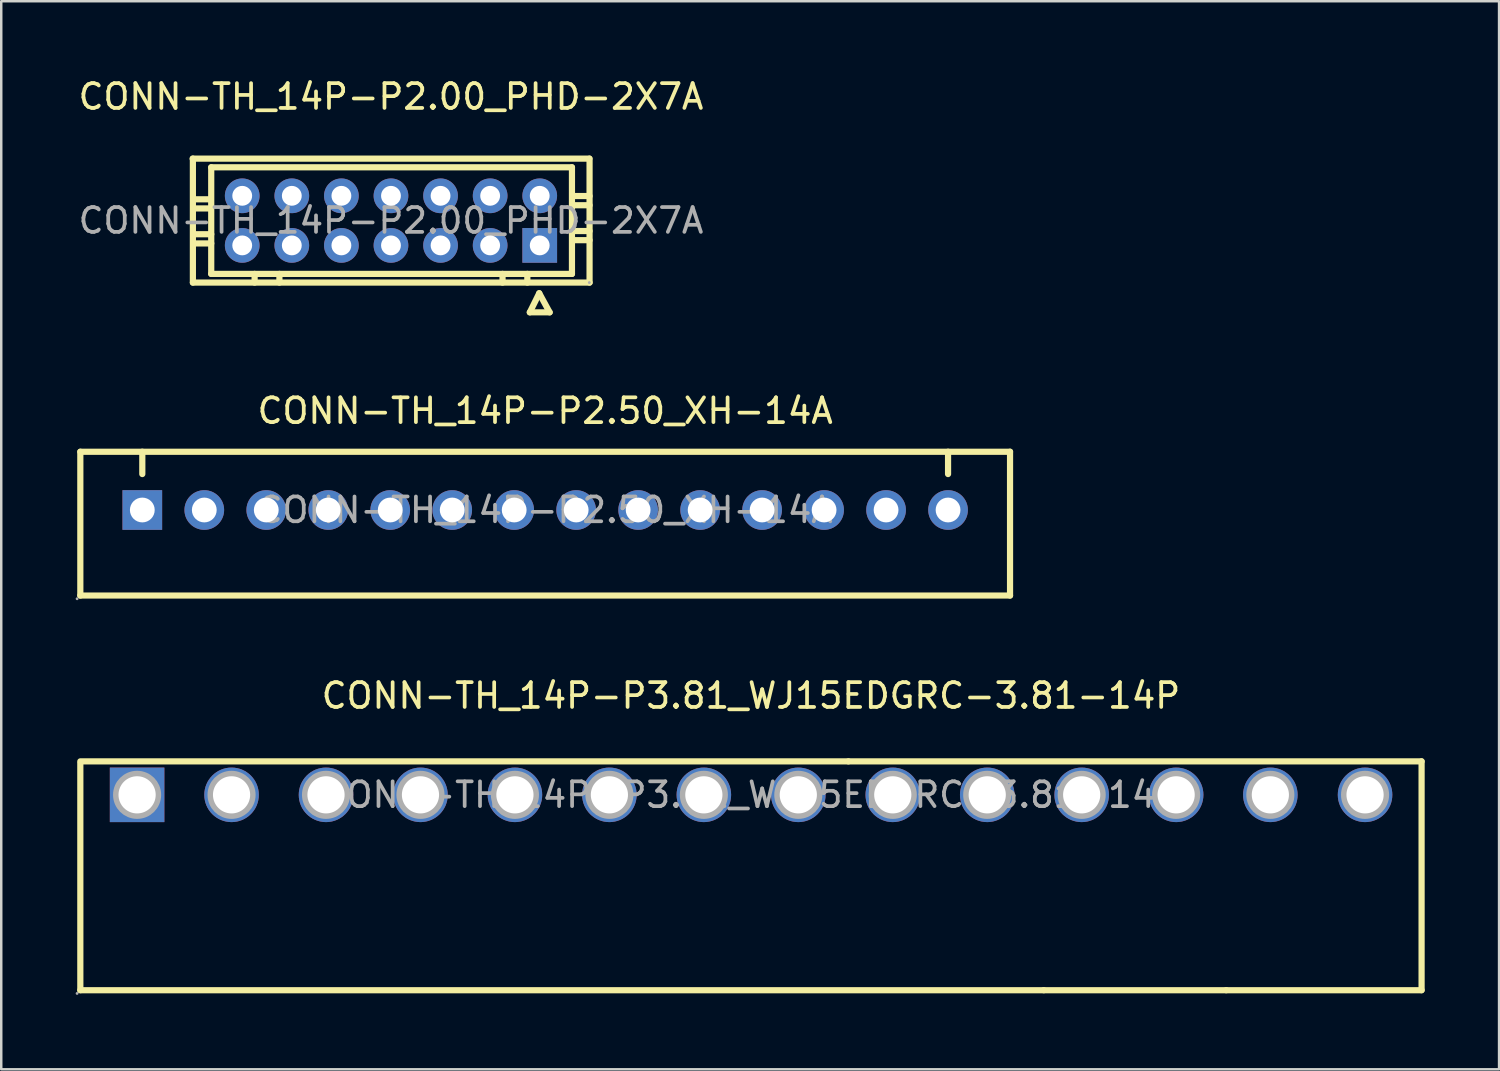
<source format=kicad_pcb>
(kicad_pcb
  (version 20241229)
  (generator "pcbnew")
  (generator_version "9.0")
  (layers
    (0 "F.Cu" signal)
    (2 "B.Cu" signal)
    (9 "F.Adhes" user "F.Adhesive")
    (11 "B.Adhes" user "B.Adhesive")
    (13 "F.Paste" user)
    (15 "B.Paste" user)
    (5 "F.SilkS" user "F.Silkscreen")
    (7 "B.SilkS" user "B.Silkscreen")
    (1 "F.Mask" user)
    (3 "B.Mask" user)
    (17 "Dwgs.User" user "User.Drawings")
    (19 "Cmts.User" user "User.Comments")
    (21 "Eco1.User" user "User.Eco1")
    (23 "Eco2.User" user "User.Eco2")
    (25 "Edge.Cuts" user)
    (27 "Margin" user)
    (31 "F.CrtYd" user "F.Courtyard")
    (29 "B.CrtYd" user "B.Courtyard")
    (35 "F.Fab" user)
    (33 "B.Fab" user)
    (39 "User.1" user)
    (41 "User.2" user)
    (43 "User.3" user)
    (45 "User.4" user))
  (footprint "CONN-TH_14P-P2.00_PHD-2X7A"
    (layer "F.Cu")
    (at 12.72 5.848)
    (property "Reference" "CONN-TH_14P-P2.00_PHD-2X7A" (at 0 -5 0) (layer "F.SilkS") (effects (font (size 1 1) (thickness 0.15))))
    (attr through_hole)
    (fp_line (start -8 -2.5) (end 8 -2.5) (stroke (width 0.25) (type solid)) (layer "F.SilkS"))
    (fp_line (start -7.99 -2.5) (end -7.99 2.5) (stroke (width 0.25) (type solid)) (layer "F.SilkS"))
    (fp_line (start -7.99 2.5) (end 8.01 2.5) (stroke (width 0.25) (type solid)) (layer "F.SilkS"))
    (fp_line (start -7.98 -0.86) (end -7.28 -0.86) (stroke (width 0.25) (type solid)) (layer "F.SilkS"))
    (fp_line (start -7.98 -0.49) (end -7.28 -0.49) (stroke (width 0.25) (type solid)) (layer "F.SilkS"))
    (fp_line (start -7.95 0.55) (end -7.25 0.55) (stroke (width 0.25) (type solid)) (layer "F.SilkS"))
    (fp_line (start -7.95 0.92) (end -7.25 0.92) (stroke (width 0.25) (type solid)) (layer "F.SilkS"))
    (fp_line (start -7.25 -2.15) (end 7.3 -2.15) (stroke (width 0.25) (type solid)) (layer "F.SilkS"))
    (fp_line (start -7.25 2.15) (end -7.25 -2.15) (stroke (width 0.25) (type solid)) (layer "F.SilkS"))
    (fp_line (start -7.25 2.15) (end 7.3 2.15) (stroke (width 0.25) (type solid)) (layer "F.SilkS"))
    (fp_line (start -5.5 2.15) (end -5.5 2.5) (stroke (width 0.25) (type solid)) (layer "F.SilkS"))
    (fp_line (start -4.5 2.15) (end -4.5 2.5) (stroke (width 0.25) (type solid)) (layer "F.SilkS"))
    (fp_line (start 4.5 2.15) (end 4.5 2.5) (stroke (width 0.25) (type solid)) (layer "F.SilkS"))
    (fp_line (start 5.5 2.15) (end 5.5 2.5) (stroke (width 0.25) (type solid)) (layer "F.SilkS"))
    (fp_line (start 5.6 3.7) (end 5.98 2.93) (stroke (width 0.25) (type solid)) (layer "F.SilkS"))
    (fp_line (start 5.98 2.93) (end 6.4 3.7) (stroke (width 0.25) (type solid)) (layer "F.SilkS"))
    (fp_line (start 6.4 3.7) (end 5.6 3.7) (stroke (width 0.25) (type solid)) (layer "F.SilkS"))
    (fp_line (start 7.3 -2.15) (end 7.3 2.15) (stroke (width 0.25) (type solid)) (layer "F.SilkS"))
    (fp_line (start 7.31 -0.99) (end 8.01 -0.99) (stroke (width 0.25) (type solid)) (layer "F.SilkS"))
    (fp_line (start 7.31 -0.62) (end 8.01 -0.62) (stroke (width 0.25) (type solid)) (layer "F.SilkS"))
    (fp_line (start 7.31 0.42) (end 8.01 0.42) (stroke (width 0.25) (type solid)) (layer "F.SilkS"))
    (fp_line (start 7.31 0.79) (end 8.01 0.79) (stroke (width 0.25) (type solid)) (layer "F.SilkS"))
    (fp_line (start 8.01 -2.5) (end 8.01 2.5) (stroke (width 0.25) (type solid)) (layer "F.SilkS"))
    (fp_circle (center -6 -1) (end -5.85 -1) (stroke (width 0.3) (type solid)) (fill no) (layer "F.Fab"))
    (fp_circle (center -6 1) (end -5.85 1) (stroke (width 0.3) (type solid)) (fill no) (layer "F.Fab"))
    (fp_circle (center -4 -1) (end -3.85 -1) (stroke (width 0.3) (type solid)) (fill no) (layer "F.Fab"))
    (fp_circle (center -4 1) (end -3.85 1) (stroke (width 0.3) (type solid)) (fill no) (layer "F.Fab"))
    (fp_circle (center -2 -1) (end -1.85 -1) (stroke (width 0.3) (type solid)) (fill no) (layer "F.Fab"))
    (fp_circle (center -2 1) (end -1.85 1) (stroke (width 0.3) (type solid)) (fill no) (layer "F.Fab"))
    (fp_circle (center 0 -1) (end 0.15 -1) (stroke (width 0.3) (type solid)) (fill no) (layer "F.Fab"))
    (fp_circle (center 0 1) (end 0.15 1) (stroke (width 0.3) (type solid)) (fill no) (layer "F.Fab"))
    (fp_circle (center 2 -1) (end 2.15 -1) (stroke (width 0.3) (type solid)) (fill no) (layer "F.Fab"))
    (fp_circle (center 2 1) (end 2.15 1) (stroke (width 0.3) (type solid)) (fill no) (layer "F.Fab"))
    (fp_circle (center 4 -1) (end 4.15 -1) (stroke (width 0.3) (type solid)) (fill no) (layer "F.Fab"))
    (fp_circle (center 4 1) (end 4.15 1) (stroke (width 0.3) (type solid)) (fill no) (layer "F.Fab"))
    (fp_circle (center 6 -1) (end 6.15 -1) (stroke (width 0.3) (type solid)) (fill no) (layer "F.Fab"))
    (fp_circle (center 6 1) (end 6.15 1) (stroke (width 0.3) (type solid)) (fill no) (layer "F.Fab"))
    (fp_circle (center 8 2.5) (end 8.03 2.5) (stroke (width 0.06) (type solid)) (fill no) (layer "F.Fab"))
    (fp_text user "${REFERENCE}" (at 0 0 0) (layer "F.Fab") (effects (font (size 1 1) (thickness 0.15))))
    (pad "1" thru_hole rect (at 6 1 180) (size 1.4 1.4) (drill 0.8) (layers "*.Cu" "*.Paste" "*.Mask"))
    (pad "2" thru_hole circle (at 4 1 180) (size 1.4 1.4) (drill 0.8) (layers "*.Cu" "*.Paste" "*.Mask"))
    (pad "3" thru_hole circle (at 2 1 180) (size 1.4 1.4) (drill 0.8) (layers "*.Cu" "*.Paste" "*.Mask"))
    (pad "4" thru_hole circle (at 0 1 180) (size 1.4 1.4) (drill 0.8) (layers "*.Cu" "*.Paste" "*.Mask"))
    (pad "5" thru_hole circle (at -2 1 180) (size 1.4 1.4) (drill 0.8) (layers "*.Cu" "*.Paste" "*.Mask"))
    (pad "6" thru_hole circle (at -4 1 180) (size 1.4 1.4) (drill 0.8) (layers "*.Cu" "*.Paste" "*.Mask"))
    (pad "7" thru_hole circle (at -6 1 180) (size 1.4 1.4) (drill 0.8) (layers "*.Cu" "*.Paste" "*.Mask"))
    (pad "8" thru_hole circle (at 6 -1 180) (size 1.4 1.4) (drill 0.8) (layers "*.Cu" "*.Paste" "*.Mask"))
    (pad "9" thru_hole circle (at 4 -1 180) (size 1.4 1.4) (drill 0.8) (layers "*.Cu" "*.Paste" "*.Mask"))
    (pad "10" thru_hole circle (at 2 -1 180) (size 1.4 1.4) (drill 0.8) (layers "*.Cu" "*.Paste" "*.Mask"))
    (pad "11" thru_hole circle (at 0 -1 180) (size 1.4 1.4) (drill 0.8) (layers "*.Cu" "*.Paste" "*.Mask"))
    (pad "12" thru_hole circle (at -2 -1 180) (size 1.4 1.4) (drill 0.8) (layers "*.Cu" "*.Paste" "*.Mask"))
    (pad "13" thru_hole circle (at -4 -1 180) (size 1.4 1.4) (drill 0.8) (layers "*.Cu" "*.Paste" "*.Mask"))
    (pad "14" thru_hole circle (at -6 -1 180) (size 1.4 1.4) (drill 0.8) (layers "*.Cu" "*.Paste" "*.Mask")))
  (footprint "CONN-TH_14P-P3.81_WJ15EDGRC-3.81-14P"
    (layer "F.Cu")
    (at 27.24 29.01)
    (property "Reference" "CONN-TH_14P-P3.81_WJ15EDGRC-3.81-14P" (at 0 -4 0) (layer "F.SilkS") (effects (font (size 1 1) (thickness 0.15))))
    (attr through_hole)
    (fp_line (start -27.05 -1.35) (end 3.93 -1.35) (stroke (width 0.25) (type solid)) (layer "F.SilkS"))
    (fp_line (start -27.05 -1.27) (end -27.05 7.88) (stroke (width 0.25) (type solid)) (layer "F.SilkS"))
    (fp_line (start -27.05 7.88) (end 11.81 7.88) (stroke (width 0.25) (type solid)) (layer "F.SilkS"))
    (fp_line (start 3.93 -1.35) (end 27.05 -1.35) (stroke (width 0.25) (type solid)) (layer "F.SilkS"))
    (fp_line (start 11.81 7.88) (end 19.17 7.88) (stroke (width 0.25) (type solid)) (layer "F.SilkS"))
    (fp_line (start 19.17 7.88) (end 27.05 7.88) (stroke (width 0.25) (type solid)) (layer "F.SilkS"))
    (fp_line (start 27.05 -1.35) (end 27.05 7.88) (stroke (width 0.25) (type solid)) (layer "F.SilkS"))
    (fp_circle (center -27.18 8.01) (end -27.15 8.01) (stroke (width 0.06) (type solid)) (fill no) (layer "F.Fab"))
    (fp_circle (center -24.76 0) (end -24.44 0) (stroke (width 0.65) (type solid)) (fill no) (layer "F.Fab"))
    (fp_circle (center -20.95 0) (end -20.63 0) (stroke (width 0.65) (type solid)) (fill no) (layer "F.Fab"))
    (fp_circle (center -17.14 0) (end -16.82 0) (stroke (width 0.65) (type solid)) (fill no) (layer "F.Fab"))
    (fp_circle (center -13.33 0) (end -13.01 0) (stroke (width 0.65) (type solid)) (fill no) (layer "F.Fab"))
    (fp_circle (center -9.52 0) (end -9.2 0) (stroke (width 0.65) (type solid)) (fill no) (layer "F.Fab"))
    (fp_circle (center -5.71 0) (end -5.39 0) (stroke (width 0.65) (type solid)) (fill no) (layer "F.Fab"))
    (fp_circle (center -1.9 0) (end -1.58 0) (stroke (width 0.65) (type solid)) (fill no) (layer "F.Fab"))
    (fp_circle (center 1.91 0) (end 2.23 0) (stroke (width 0.65) (type solid)) (fill no) (layer "F.Fab"))
    (fp_circle (center 5.72 0) (end 6.04 0) (stroke (width 0.65) (type solid)) (fill no) (layer "F.Fab"))
    (fp_circle (center 9.53 0) (end 9.85 0) (stroke (width 0.65) (type solid)) (fill no) (layer "F.Fab"))
    (fp_circle (center 13.34 0) (end 13.66 0) (stroke (width 0.65) (type solid)) (fill no) (layer "F.Fab"))
    (fp_circle (center 17.15 0) (end 17.47 0) (stroke (width 0.65) (type solid)) (fill no) (layer "F.Fab"))
    (fp_circle (center 20.95 0) (end 21.27 0) (stroke (width 0.65) (type solid)) (fill no) (layer "F.Fab"))
    (fp_circle (center 24.77 0) (end 25.09 0) (stroke (width 0.65) (type solid)) (fill no) (layer "F.Fab"))
    (fp_text user "${REFERENCE}" (at 0 0 0) (layer "F.Fab") (effects (font (size 1 1) (thickness 0.15))))
    (pad "1" thru_hole rect (at -24.76 0) (size 2.2 2.2) (drill 1.5) (layers "*.Cu" "*.Paste" "*.Mask"))
    (pad "2" thru_hole circle (at -20.95 0) (size 2.2 2.2) (drill 1.5) (layers "*.Cu" "*.Paste" "*.Mask"))
    (pad "3" thru_hole circle (at -17.14 0) (size 2.2 2.2) (drill 1.5) (layers "*.Cu" "*.Paste" "*.Mask"))
    (pad "4" thru_hole circle (at -13.33 0) (size 2.2 2.2) (drill 1.5) (layers "*.Cu" "*.Paste" "*.Mask"))
    (pad "5" thru_hole circle (at -9.52 0) (size 2.2 2.2) (drill 1.5) (layers "*.Cu" "*.Paste" "*.Mask"))
    (pad "6" thru_hole circle (at -5.71 0) (size 2.2 2.2) (drill 1.5) (layers "*.Cu" "*.Paste" "*.Mask"))
    (pad "7" thru_hole circle (at -1.9 0) (size 2.2 2.2) (drill 1.5) (layers "*.Cu" "*.Paste" "*.Mask"))
    (pad "8" thru_hole circle (at 1.91 0) (size 2.2 2.2) (drill 1.5) (layers "*.Cu" "*.Paste" "*.Mask"))
    (pad "9" thru_hole circle (at 5.72 0) (size 2.2 2.2) (drill 1.5) (layers "*.Cu" "*.Paste" "*.Mask"))
    (pad "10" thru_hole circle (at 9.53 0) (size 2.2 2.2) (drill 1.5) (layers "*.Cu" "*.Paste" "*.Mask"))
    (pad "11" thru_hole circle (at 13.34 0) (size 2.2 2.2) (drill 1.5) (layers "*.Cu" "*.Paste" "*.Mask"))
    (pad "12" thru_hole circle (at 17.15 0) (size 2.2 2.2) (drill 1.5) (layers "*.Cu" "*.Paste" "*.Mask"))
    (pad "13" thru_hole circle (at 20.95 0) (size 2.2 2.2) (drill 1.5) (layers "*.Cu" "*.Paste" "*.Mask"))
    (pad "14" thru_hole circle (at 24.77 0) (size 2.2 2.2) (drill 1.5) (layers "*.Cu" "*.Paste" "*.Mask")))
  (footprint "CONN-TH_14P-P2.50_XH-14A"
    (layer "F.Cu")
    (at 18.94 17.521)
    (property "Reference" "CONN-TH_14P-P2.50_XH-14A" (at 0 -4 0) (layer "F.SilkS") (effects (font (size 1 1) (thickness 0.15))))
    (attr through_hole)
    (fp_line (start -18.75 -2.35) (end -18.75 3.45) (stroke (width 0.25) (type solid)) (layer "F.SilkS"))
    (fp_line (start -18.75 3.45) (end 18.75 3.45) (stroke (width 0.25) (type solid)) (layer "F.SilkS"))
    (fp_line (start -16.25 -1.45) (end -16.25 -2.35) (stroke (width 0.25) (type solid)) (layer "F.SilkS"))
    (fp_line (start 16.25 -1.45) (end 16.25 -2.35) (stroke (width 0.25) (type solid)) (layer "F.SilkS"))
    (fp_line (start 18.75 -2.35) (end -18.75 -2.35) (stroke (width 0.25) (type solid)) (layer "F.SilkS"))
    (fp_line (start 18.75 -2.35) (end 18.75 3.45) (stroke (width 0.25) (type solid)) (layer "F.SilkS"))
    (fp_circle (center -18.88 3.58) (end -18.85 3.58) (stroke (width 0.06) (type solid)) (fill no) (layer "F.Fab"))
    (fp_circle (center -16.25 0) (end -16.05 0) (stroke (width 0.4) (type solid)) (fill no) (layer "F.Fab"))
    (fp_circle (center -13.75 0) (end -13.55 0) (stroke (width 0.4) (type solid)) (fill no) (layer "F.Fab"))
    (fp_circle (center -11.25 0) (end -11.05 0) (stroke (width 0.4) (type solid)) (fill no) (layer "F.Fab"))
    (fp_circle (center -8.75 0) (end -8.55 0) (stroke (width 0.4) (type solid)) (fill no) (layer "F.Fab"))
    (fp_circle (center -6.25 0) (end -6.05 0) (stroke (width 0.4) (type solid)) (fill no) (layer "F.Fab"))
    (fp_circle (center -3.75 0) (end -3.55 0) (stroke (width 0.4) (type solid)) (fill no) (layer "F.Fab"))
    (fp_circle (center -1.25 0) (end -1.05 0) (stroke (width 0.4) (type solid)) (fill no) (layer "F.Fab"))
    (fp_circle (center 1.25 0) (end 1.45 0) (stroke (width 0.4) (type solid)) (fill no) (layer "F.Fab"))
    (fp_circle (center 3.75 0) (end 3.95 0) (stroke (width 0.4) (type solid)) (fill no) (layer "F.Fab"))
    (fp_circle (center 6.25 0) (end 6.45 0) (stroke (width 0.4) (type solid)) (fill no) (layer "F.Fab"))
    (fp_circle (center 8.75 0) (end 8.95 0) (stroke (width 0.4) (type solid)) (fill no) (layer "F.Fab"))
    (fp_circle (center 11.25 0) (end 11.45 0) (stroke (width 0.4) (type solid)) (fill no) (layer "F.Fab"))
    (fp_circle (center 13.75 0) (end 13.95 0) (stroke (width 0.4) (type solid)) (fill no) (layer "F.Fab"))
    (fp_circle (center 16.25 0) (end 16.45 0) (stroke (width 0.4) (type solid)) (fill no) (layer "F.Fab"))
    (fp_text user "${REFERENCE}" (at 0 0 0) (layer "F.Fab") (effects (font (size 1 1) (thickness 0.15))))
    (pad "1" thru_hole rect (at -16.25 0 180) (size 1.6 1.6) (drill 1) (layers "*.Cu" "*.Paste" "*.Mask"))
    (pad "2" thru_hole circle (at -13.75 0 180) (size 1.6 1.6) (drill 1) (layers "*.Cu" "*.Paste" "*.Mask"))
    (pad "3" thru_hole circle (at -11.25 0 180) (size 1.6 1.6) (drill 1) (layers "*.Cu" "*.Paste" "*.Mask"))
    (pad "4" thru_hole circle (at -8.75 0 180) (size 1.6 1.6) (drill 1) (layers "*.Cu" "*.Paste" "*.Mask"))
    (pad "5" thru_hole circle (at -6.25 0 180) (size 1.6 1.6) (drill 1) (layers "*.Cu" "*.Paste" "*.Mask"))
    (pad "6" thru_hole circle (at -3.75 0 180) (size 1.6 1.6) (drill 1) (layers "*.Cu" "*.Paste" "*.Mask"))
    (pad "7" thru_hole circle (at -1.25 0 180) (size 1.6 1.6) (drill 1) (layers "*.Cu" "*.Paste" "*.Mask"))
    (pad "8" thru_hole circle (at 1.25 0 180) (size 1.6 1.6) (drill 1) (layers "*.Cu" "*.Paste" "*.Mask"))
    (pad "9" thru_hole circle (at 3.75 0 180) (size 1.6 1.6) (drill 1) (layers "*.Cu" "*.Paste" "*.Mask"))
    (pad "10" thru_hole circle (at 6.25 0 180) (size 1.6 1.6) (drill 1) (layers "*.Cu" "*.Paste" "*.Mask"))
    (pad "11" thru_hole circle (at 8.75 0 180) (size 1.6 1.6) (drill 1) (layers "*.Cu" "*.Paste" "*.Mask"))
    (pad "12" thru_hole circle (at 11.25 0 180) (size 1.6 1.6) (drill 1) (layers "*.Cu" "*.Paste" "*.Mask"))
    (pad "13" thru_hole circle (at 13.75 0 180) (size 1.6 1.6) (drill 1) (layers "*.Cu" "*.Paste" "*.Mask"))
    (pad "14" thru_hole circle (at 16.25 0 180) (size 1.6 1.6) (drill 1) (layers "*.Cu" "*.Paste" "*.Mask")))
  (gr_rect
    (start -3 -3)
    (end 57.415 40.08)
    (stroke (width 0.1) (type default))
    (fill no)
    (layer "Edge.Cuts")))
</source>
